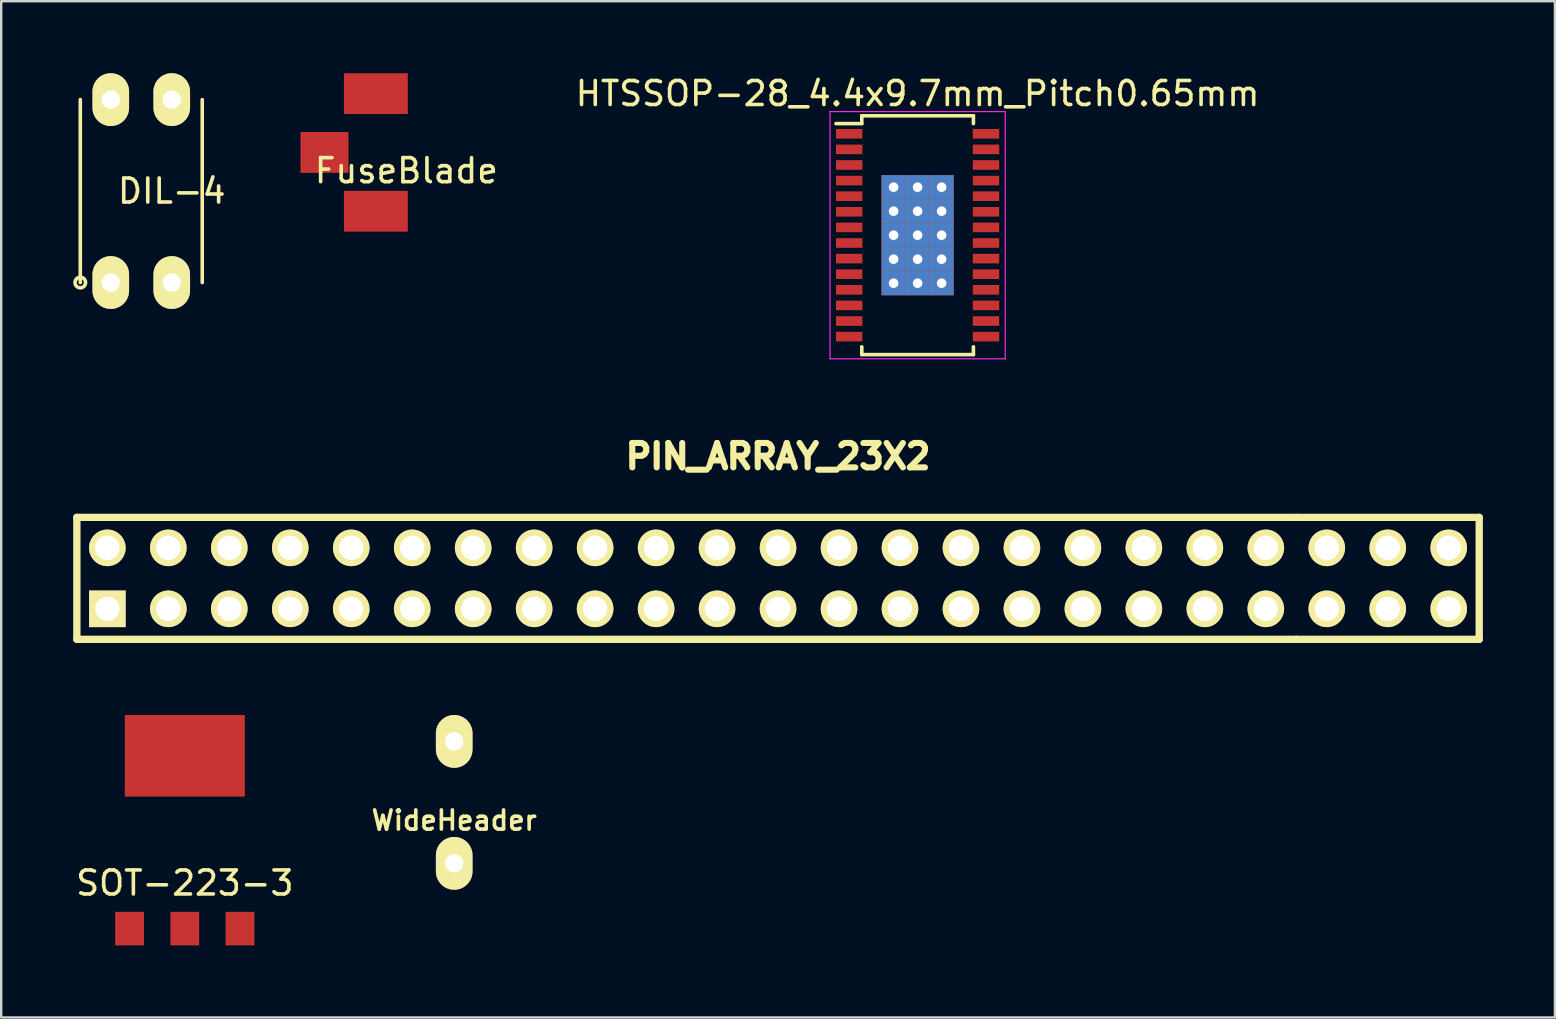
<source format=kicad_pcb>
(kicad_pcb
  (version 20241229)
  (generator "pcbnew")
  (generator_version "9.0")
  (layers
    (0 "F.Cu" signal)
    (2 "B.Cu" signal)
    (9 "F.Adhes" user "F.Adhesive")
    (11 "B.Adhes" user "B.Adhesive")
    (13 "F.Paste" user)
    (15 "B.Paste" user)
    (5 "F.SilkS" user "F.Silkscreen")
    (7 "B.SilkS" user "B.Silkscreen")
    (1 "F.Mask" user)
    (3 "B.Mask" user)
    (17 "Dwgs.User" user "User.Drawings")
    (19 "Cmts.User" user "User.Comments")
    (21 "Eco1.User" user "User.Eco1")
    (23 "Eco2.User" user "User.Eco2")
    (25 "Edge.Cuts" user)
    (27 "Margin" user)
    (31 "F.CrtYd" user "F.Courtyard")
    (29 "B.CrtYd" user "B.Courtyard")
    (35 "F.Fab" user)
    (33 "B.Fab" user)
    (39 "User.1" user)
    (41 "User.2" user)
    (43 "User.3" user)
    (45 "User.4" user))
  (footprint "WideHeader"
    (layer "F.Cu")
    (at 15.871 30.376)
    (property "Reference" "WideHeader" (at 0 0.75 0) (layer "F.SilkS") (effects (font (size 0.8 0.8) (thickness 0.15))))
    (attr through_hole)
    (pad "1" thru_hole oval (at 0 2.54) (size 1.524 2.2) (drill 0.762) (layers "*.Cu" "*.Mask" "F.SilkS"))
    (pad "2" thru_hole oval (at 0 -2.54) (size 1.524 2.2) (drill 0.762) (layers "*.Cu" "*.Mask" "F.SilkS")))
  (footprint "SOT-223-3"
    (layer "F.Cu")
    (at 4.649 32.536)
    (property "Reference" "SOT-223-3" (at 0 1.2 0) (layer "F.SilkS") (effects (font (size 1 1) (thickness 0.15))))
    (attr through_hole)
    (pad "" smd rect (at 0 -4.1) (size 5 3.4) (layers "F.Cu" "F.Mask" "F.Paste"))
    (pad "1" smd rect (at -2.3 3.1) (size 1.2 1.4) (layers "F.Cu" "F.Mask" "F.Paste"))
    (pad "2" smd rect (at 0 3.1) (size 1.2 1.4) (layers "F.Cu" "F.Mask" "F.Paste"))
    (pad "3" smd rect (at 2.3 3.1) (size 1.2 1.4) (layers "F.Cu" "F.Mask" "F.Paste")))
  (footprint "FuseBlade"
    (layer "F.Cu")
    (at 12.608 3.3)
    (property "Reference" "FuseBlade" (at 1.27 0.762 0) (layer "F.SilkS") (effects (font (size 1 1) (thickness 0.15))))
    (attr through_hole)
    (pad "1" smd rect (at -2.14 0) (size 2 1.7) (layers "F.Cu" "F.Mask" "F.Paste"))
    (pad "1" smd rect (at 0 -2.45) (size 2.66 1.7) (layers "F.Cu" "F.Mask" "F.Paste"))
    (pad "1" smd rect (at 0 2.45) (size 2.66 1.7) (layers "F.Cu" "F.Mask" "F.Paste")))
  (footprint "PIN_ARRAY_23X2"
    (layer "F.Cu")
    (at 29.362 19.773)
    (property "Reference" "PIN_ARRAY_23X2" (at 0 -3.81 0) (layer "F.SilkS") (effects (font (size 1.016 1.016) (thickness 0.274))))
    (attr through_hole)
    (fp_line (start -29.21 -1.27) (end -29.21 3.81) (stroke (width 0.305) (type solid)) (layer "F.SilkS"))
    (fp_line (start 21.59 -1.27) (end -29.21 -1.27) (stroke (width 0.305) (type solid)) (layer "F.SilkS"))
    (fp_line (start 21.59 -1.27) (end 29.21 -1.27) (stroke (width 0.305) (type solid)) (layer "F.SilkS"))
    (fp_line (start 21.59 3.81) (end -29.21 3.81) (stroke (width 0.305) (type solid)) (layer "F.SilkS"))
    (fp_line (start 21.59 3.81) (end 29.21 3.81) (stroke (width 0.305) (type solid)) (layer "F.SilkS"))
    (fp_line (start 29.21 -1.27) (end 29.21 3.81) (stroke (width 0.305) (type solid)) (layer "F.SilkS"))
    (pad "1" thru_hole rect (at -27.94 2.54) (size 1.524 1.524) (drill 1.016) (layers "*.Cu" "*.Mask" "F.SilkS"))
    (pad "2" thru_hole circle (at -27.94 0) (size 1.524 1.524) (drill 1.016) (layers "*.Cu" "*.Mask" "F.SilkS"))
    (pad "3" thru_hole circle (at -25.4 2.54) (size 1.524 1.524) (drill 1.016) (layers "*.Cu" "*.Mask" "F.SilkS"))
    (pad "4" thru_hole circle (at -25.4 0) (size 1.524 1.524) (drill 1.016) (layers "*.Cu" "*.Mask" "F.SilkS"))
    (pad "5" thru_hole circle (at -22.86 2.54) (size 1.524 1.524) (drill 1.016) (layers "*.Cu" "*.Mask" "F.SilkS"))
    (pad "6" thru_hole circle (at -22.86 0) (size 1.524 1.524) (drill 1.016) (layers "*.Cu" "*.Mask" "F.SilkS"))
    (pad "7" thru_hole circle (at -20.32 2.54) (size 1.524 1.524) (drill 1.016) (layers "*.Cu" "*.Mask" "F.SilkS"))
    (pad "8" thru_hole circle (at -20.32 0) (size 1.524 1.524) (drill 1.016) (layers "*.Cu" "*.Mask" "F.SilkS"))
    (pad "9" thru_hole circle (at -17.78 2.54) (size 1.524 1.524) (drill 1.016) (layers "*.Cu" "*.Mask" "F.SilkS"))
    (pad "10" thru_hole circle (at -17.78 0) (size 1.524 1.524) (drill 1.016) (layers "*.Cu" "*.Mask" "F.SilkS"))
    (pad "11" thru_hole circle (at -15.24 2.54) (size 1.524 1.524) (drill 1.016) (layers "*.Cu" "*.Mask" "F.SilkS"))
    (pad "12" thru_hole circle (at -15.24 0) (size 1.524 1.524) (drill 1.016) (layers "*.Cu" "*.Mask" "F.SilkS"))
    (pad "13" thru_hole circle (at -12.7 2.54) (size 1.524 1.524) (drill 1.016) (layers "*.Cu" "*.Mask" "F.SilkS"))
    (pad "14" thru_hole circle (at -12.7 0) (size 1.524 1.524) (drill 1.016) (layers "*.Cu" "*.Mask" "F.SilkS"))
    (pad "15" thru_hole circle (at -10.16 2.54) (size 1.524 1.524) (drill 1.016) (layers "*.Cu" "*.Mask" "F.SilkS"))
    (pad "16" thru_hole circle (at -10.16 0) (size 1.524 1.524) (drill 1.016) (layers "*.Cu" "*.Mask" "F.SilkS"))
    (pad "17" thru_hole circle (at -7.62 2.54) (size 1.524 1.524) (drill 1.016) (layers "*.Cu" "*.Mask" "F.SilkS"))
    (pad "18" thru_hole circle (at -7.62 0) (size 1.524 1.524) (drill 1.016) (layers "*.Cu" "*.Mask" "F.SilkS"))
    (pad "19" thru_hole circle (at -5.08 2.54) (size 1.524 1.524) (drill 1.016) (layers "*.Cu" "*.Mask" "F.SilkS"))
    (pad "20" thru_hole circle (at -5.08 0) (size 1.524 1.524) (drill 1.016) (layers "*.Cu" "*.Mask" "F.SilkS"))
    (pad "21" thru_hole circle (at -2.54 2.54) (size 1.524 1.524) (drill 1.016) (layers "*.Cu" "*.Mask" "F.SilkS"))
    (pad "22" thru_hole circle (at -2.54 0) (size 1.524 1.524) (drill 1.016) (layers "*.Cu" "*.Mask" "F.SilkS"))
    (pad "23" thru_hole circle (at 0 2.54) (size 1.524 1.524) (drill 1.016) (layers "*.Cu" "*.Mask" "F.SilkS"))
    (pad "24" thru_hole circle (at 0 0) (size 1.524 1.524) (drill 1.016) (layers "*.Cu" "*.Mask" "F.SilkS"))
    (pad "25" thru_hole circle (at 2.54 2.54) (size 1.524 1.524) (drill 1.016) (layers "*.Cu" "*.Mask" "F.SilkS"))
    (pad "26" thru_hole circle (at 2.54 0) (size 1.524 1.524) (drill 1.016) (layers "*.Cu" "*.Mask" "F.SilkS"))
    (pad "27" thru_hole circle (at 5.08 2.54) (size 1.524 1.524) (drill 1.016) (layers "*.Cu" "*.Mask" "F.SilkS"))
    (pad "28" thru_hole circle (at 5.08 0) (size 1.524 1.524) (drill 1.016) (layers "*.Cu" "*.Mask" "F.SilkS"))
    (pad "29" thru_hole circle (at 7.62 2.54) (size 1.524 1.524) (drill 1.016) (layers "*.Cu" "*.Mask" "F.SilkS"))
    (pad "30" thru_hole circle (at 7.62 0) (size 1.524 1.524) (drill 1.016) (layers "*.Cu" "*.Mask" "F.SilkS"))
    (pad "31" thru_hole circle (at 10.16 2.54) (size 1.524 1.524) (drill 1.016) (layers "*.Cu" "*.Mask" "F.SilkS"))
    (pad "32" thru_hole circle (at 10.16 0) (size 1.524 1.524) (drill 1.016) (layers "*.Cu" "*.Mask" "F.SilkS"))
    (pad "33" thru_hole circle (at 12.7 2.54) (size 1.524 1.524) (drill 1.016) (layers "*.Cu" "*.Mask" "F.SilkS"))
    (pad "34" thru_hole circle (at 12.7 0) (size 1.524 1.524) (drill 1.016) (layers "*.Cu" "*.Mask" "F.SilkS"))
    (pad "35" thru_hole circle (at 15.24 2.54) (size 1.524 1.524) (drill 1.016) (layers "*.Cu" "*.Mask" "F.SilkS"))
    (pad "36" thru_hole circle (at 15.24 0) (size 1.524 1.524) (drill 1.016) (layers "*.Cu" "*.Mask" "F.SilkS"))
    (pad "37" thru_hole circle (at 17.78 2.54) (size 1.524 1.524) (drill 1.016) (layers "*.Cu" "*.Mask" "F.SilkS"))
    (pad "38" thru_hole circle (at 17.78 0) (size 1.524 1.524) (drill 1.016) (layers "*.Cu" "*.Mask" "F.SilkS"))
    (pad "39" thru_hole circle (at 20.32 2.54) (size 1.524 1.524) (drill 1.016) (layers "*.Cu" "*.Mask" "F.SilkS"))
    (pad "40" thru_hole circle (at 20.32 0) (size 1.524 1.524) (drill 1.016) (layers "*.Cu" "*.Mask" "F.SilkS"))
    (pad "41" thru_hole circle (at 22.86 2.54) (size 1.524 1.524) (drill 1.016) (layers "*.Cu" "*.Mask" "F.SilkS"))
    (pad "42" thru_hole circle (at 22.86 0) (size 1.524 1.524) (drill 1.016) (layers "*.Cu" "*.Mask" "F.SilkS"))
    (pad "43" thru_hole circle (at 25.4 2.54) (size 1.524 1.524) (drill 1.016) (layers "*.Cu" "*.Mask" "F.SilkS"))
    (pad "44" thru_hole circle (at 25.4 0) (size 1.524 1.524) (drill 1.016) (layers "*.Cu" "*.Mask" "F.SilkS"))
    (pad "45" thru_hole circle (at 27.94 2.54) (size 1.524 1.524) (drill 1.016) (layers "*.Cu" "*.Mask" "F.SilkS"))
    (pad "46" thru_hole circle (at 27.94 0) (size 1.524 1.524) (drill 1.016) (layers "*.Cu" "*.Mask" "F.SilkS")))
  (footprint "HTSSOP-28_4.4x9.7mm_Pitch0.65mm"
    (layer "F.Cu")
    (at 35.176 6.748)
    (property "Reference" "HTSSOP-28_4.4x9.7mm_Pitch0.65mm" (at 0 -5.9 0) (layer "F.SilkS") (effects (font (size 1 1) (thickness 0.15))))
    (attr smd)
    (fp_line (start -2.325 -4.975) (end -2.325 -4.65) (stroke (width 0.15) (type solid)) (layer "F.SilkS"))
    (fp_line (start -2.325 -4.975) (end 2.325 -4.975) (stroke (width 0.15) (type solid)) (layer "F.SilkS"))
    (fp_line (start -2.325 -4.65) (end -3.4 -4.65) (stroke (width 0.15) (type solid)) (layer "F.SilkS"))
    (fp_line (start -2.325 4.975) (end -2.325 4.65) (stroke (width 0.15) (type solid)) (layer "F.SilkS"))
    (fp_line (start -2.325 4.975) (end 2.325 4.975) (stroke (width 0.15) (type solid)) (layer "F.SilkS"))
    (fp_line (start 2.325 -4.975) (end 2.325 -4.65) (stroke (width 0.15) (type solid)) (layer "F.SilkS"))
    (fp_line (start 2.325 4.975) (end 2.325 4.65) (stroke (width 0.15) (type solid)) (layer "F.SilkS"))
    (fp_line (start -3.65 -5.15) (end -3.65 5.15) (stroke (width 0.05) (type solid)) (layer "F.CrtYd"))
    (fp_line (start -3.65 -5.15) (end 3.65 -5.15) (stroke (width 0.05) (type solid)) (layer "F.CrtYd"))
    (fp_line (start -3.65 5.15) (end 3.65 5.15) (stroke (width 0.05) (type solid)) (layer "F.CrtYd"))
    (fp_line (start 3.65 -5.15) (end 3.65 5.15) (stroke (width 0.05) (type solid)) (layer "F.CrtYd"))
    (pad "0" thru_hole rect (at -1 -2 90) (size 1 1) (drill 0.4) (layers "*.Cu" "*.Mask"))
    (pad "0" thru_hole rect (at -1 -1) (size 1 1) (drill 0.4) (layers "*.Cu" "*.Mask"))
    (pad "0" thru_hole rect (at -1 0) (size 1 1) (drill 0.4) (layers "*.Cu" "*.Mask"))
    (pad "0" thru_hole rect (at -1 1) (size 1 1) (drill 0.4) (layers "*.Cu" "*.Mask"))
    (pad "0" thru_hole rect (at -1 2) (size 1 1) (drill 0.4) (layers "*.Cu" "*.Mask"))
    (pad "0" thru_hole rect (at 0 -2) (size 1 1) (drill 0.4) (layers "*.Cu" "*.Mask"))
    (pad "0" thru_hole rect (at 0 -1) (size 1 1) (drill 0.4) (layers "*.Cu" "*.Mask"))
    (pad "0" thru_hole rect (at 0 0) (size 1 1) (drill 0.4) (layers "*.Cu" "*.Mask"))
    (pad "0" smd rect (at 0 0) (size 3 5) (layers "F.Cu" "F.Mask" "F.Paste"))
    (pad "0" thru_hole rect (at 0 1) (size 1 1) (drill 0.4) (layers "*.Cu" "*.Mask"))
    (pad "0" thru_hole rect (at 0 2) (size 1 1) (drill 0.4) (layers "*.Cu" "*.Mask"))
    (pad "0" thru_hole rect (at 1 -2) (size 1 1) (drill 0.4) (layers "*.Cu" "*.Mask"))
    (pad "0" thru_hole rect (at 1 -1) (size 1 1) (drill 0.4) (layers "*.Cu" "*.Mask"))
    (pad "0" thru_hole rect (at 1 0) (size 1 1) (drill 0.4) (layers "*.Cu" "*.Mask"))
    (pad "0" thru_hole rect (at 1 1) (size 1 1) (drill 0.4) (layers "*.Cu" "*.Mask"))
    (pad "0" thru_hole rect (at 1 2) (size 1 1) (drill 0.4) (layers "*.Cu" "*.Mask"))
    (pad "1" smd rect (at -2.85 -4.225) (size 1.1 0.4) (layers "F.Cu" "F.Mask" "F.Paste"))
    (pad "2" smd rect (at -2.85 -3.575) (size 1.1 0.4) (layers "F.Cu" "F.Mask" "F.Paste"))
    (pad "3" smd rect (at -2.85 -2.925) (size 1.1 0.4) (layers "F.Cu" "F.Mask" "F.Paste"))
    (pad "4" smd rect (at -2.85 -2.275) (size 1.1 0.4) (layers "F.Cu" "F.Mask" "F.Paste"))
    (pad "5" smd rect (at -2.85 -1.625) (size 1.1 0.4) (layers "F.Cu" "F.Mask" "F.Paste"))
    (pad "6" smd rect (at -2.85 -0.975) (size 1.1 0.4) (layers "F.Cu" "F.Mask" "F.Paste"))
    (pad "7" smd rect (at -2.85 -0.325) (size 1.1 0.4) (layers "F.Cu" "F.Mask" "F.Paste"))
    (pad "8" smd rect (at -2.85 0.325) (size 1.1 0.4) (layers "F.Cu" "F.Mask" "F.Paste"))
    (pad "9" smd rect (at -2.85 0.975) (size 1.1 0.4) (layers "F.Cu" "F.Mask" "F.Paste"))
    (pad "10" smd rect (at -2.85 1.625) (size 1.1 0.4) (layers "F.Cu" "F.Mask" "F.Paste"))
    (pad "11" smd rect (at -2.85 2.275) (size 1.1 0.4) (layers "F.Cu" "F.Mask" "F.Paste"))
    (pad "12" smd rect (at -2.85 2.925) (size 1.1 0.4) (layers "F.Cu" "F.Mask" "F.Paste"))
    (pad "13" smd rect (at -2.85 3.575) (size 1.1 0.4) (layers "F.Cu" "F.Mask" "F.Paste"))
    (pad "14" smd rect (at -2.85 4.225) (size 1.1 0.4) (layers "F.Cu" "F.Mask" "F.Paste"))
    (pad "15" smd rect (at 2.85 4.225) (size 1.1 0.4) (layers "F.Cu" "F.Mask" "F.Paste"))
    (pad "16" smd rect (at 2.85 3.575) (size 1.1 0.4) (layers "F.Cu" "F.Mask" "F.Paste"))
    (pad "17" smd rect (at 2.85 2.925) (size 1.1 0.4) (layers "F.Cu" "F.Mask" "F.Paste"))
    (pad "18" smd rect (at 2.85 2.275) (size 1.1 0.4) (layers "F.Cu" "F.Mask" "F.Paste"))
    (pad "19" smd rect (at 2.85 1.625) (size 1.1 0.4) (layers "F.Cu" "F.Mask" "F.Paste"))
    (pad "20" smd rect (at 2.85 0.975) (size 1.1 0.4) (layers "F.Cu" "F.Mask" "F.Paste"))
    (pad "21" smd rect (at 2.85 0.325) (size 1.1 0.4) (layers "F.Cu" "F.Mask" "F.Paste"))
    (pad "22" smd rect (at 2.85 -0.325) (size 1.1 0.4) (layers "F.Cu" "F.Mask" "F.Paste"))
    (pad "23" smd rect (at 2.85 -0.975) (size 1.1 0.4) (layers "F.Cu" "F.Mask" "F.Paste"))
    (pad "24" smd rect (at 2.85 -1.625) (size 1.1 0.4) (layers "F.Cu" "F.Mask" "F.Paste"))
    (pad "25" smd rect (at 2.85 -2.275) (size 1.1 0.4) (layers "F.Cu" "F.Mask" "F.Paste"))
    (pad "26" smd rect (at 2.85 -2.925) (size 1.1 0.4) (layers "F.Cu" "F.Mask" "F.Paste"))
    (pad "27" smd rect (at 2.85 -3.575) (size 1.1 0.4) (layers "F.Cu" "F.Mask" "F.Paste"))
    (pad "28" smd rect (at 2.85 -4.225) (size 1.1 0.4) (layers "F.Cu" "F.Mask" "F.Paste")))
  (footprint "DIL-4"
    (layer "F.Cu")
    (at 2.835 4.91)
    (property "Reference" "DIL-4" (at 1.27 0 0) (layer "F.SilkS") (effects (font (size 1 1) (thickness 0.15))))
    (attr through_hole)
    (fp_line (start -2.54 -3.81) (end -2.54 3.81) (stroke (width 0.15) (type solid)) (layer "F.SilkS"))
    (fp_line (start 2.54 -3.81) (end 2.54 3.81) (stroke (width 0.15) (type solid)) (layer "F.SilkS"))
    (fp_circle (center -2.54 3.81) (end -2.54 4.03) (stroke (width 0.15) (type solid)) (fill no) (layer "F.SilkS"))
    (pad "1" thru_hole oval (at -1.27 3.81) (size 1.524 2.2) (drill 0.762) (layers "*.Cu" "*.Mask" "F.SilkS"))
    (pad "2" thru_hole oval (at 1.27 3.81) (size 1.524 2.2) (drill 0.762) (layers "*.Cu" "*.Mask" "F.SilkS"))
    (pad "3" thru_hole oval (at 1.27 -3.81) (size 1.524 2.2) (drill 0.762) (layers "*.Cu" "*.Mask" "F.SilkS"))
    (pad "4" thru_hole oval (at -1.27 -3.81) (size 1.524 2.2) (drill 0.762) (layers "*.Cu" "*.Mask" "F.SilkS")))
  (gr_rect
    (start -3 -3)
    (end 61.725 39.336)
    (stroke (width 0.1) (type default))
    (fill no)
    (layer "Edge.Cuts")))
</source>
